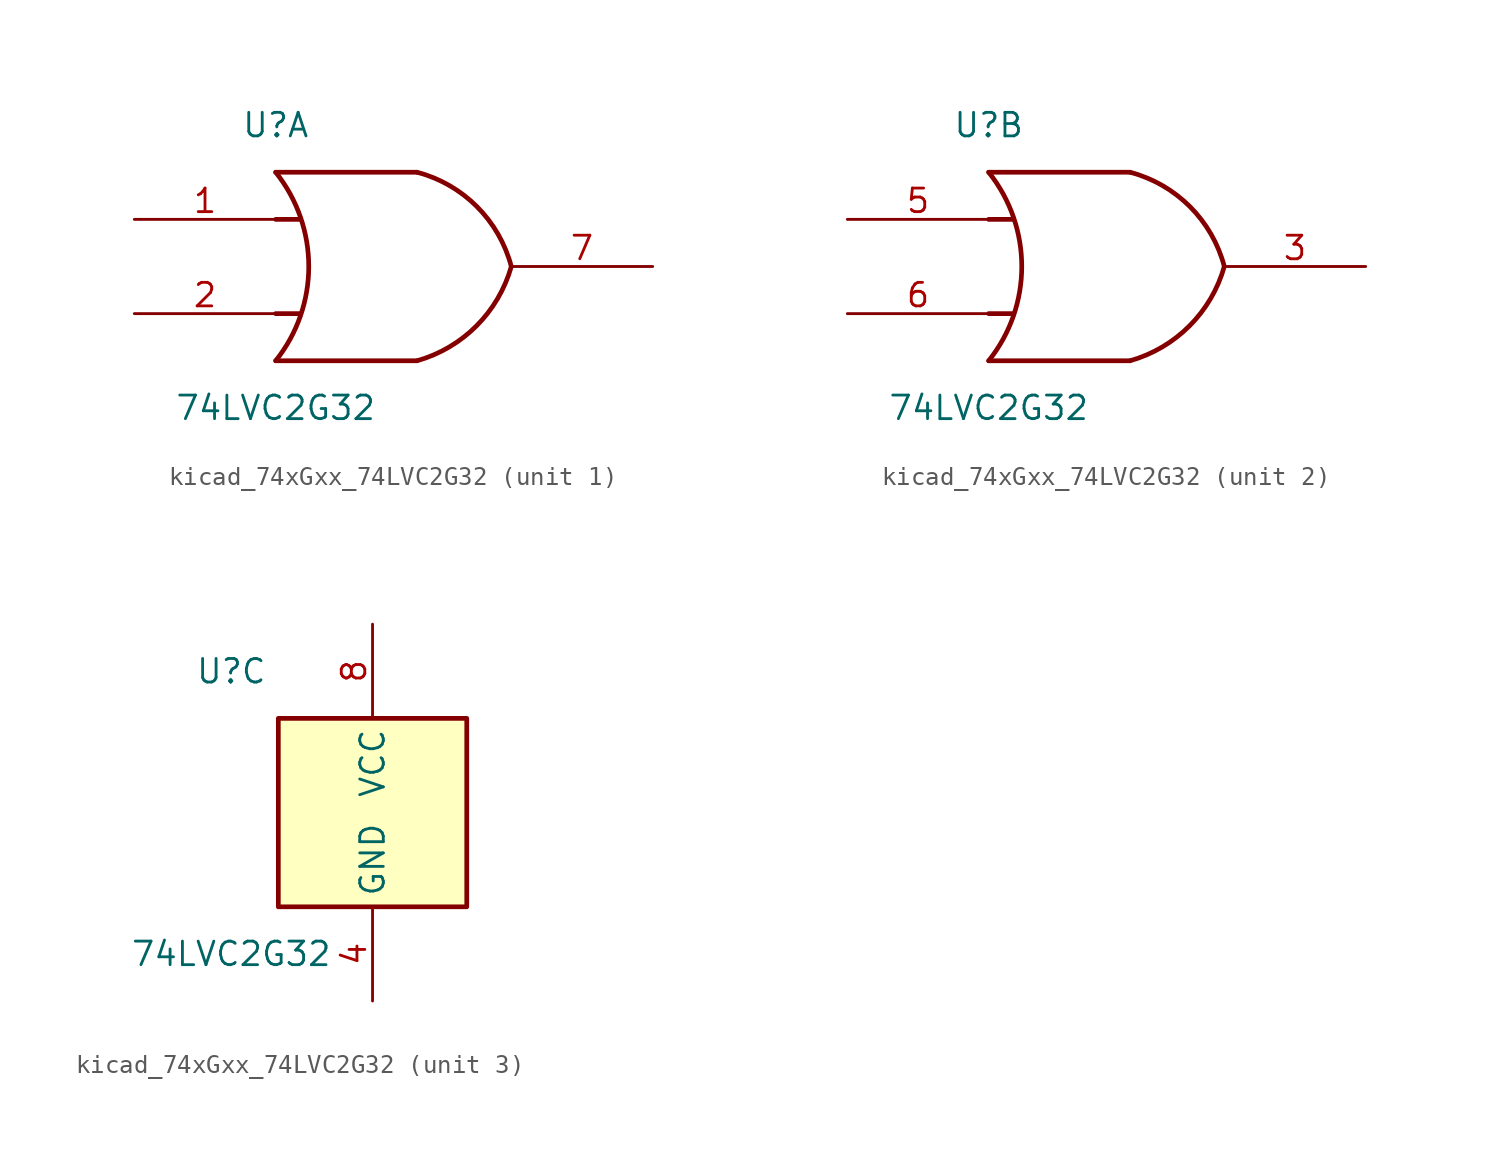
<source format=kicad_sym>
(kicad_symbol_lib
  (version 20220914)
  (generator kicad_symbol_editor)
  (symbol "kicad_74xGxx_74LVC2G32"
    (property "Reference" "U"
      (at -7.62 7.62 0)
      (effects (font (size 1.27 1.27))))
    (property "Value" "74LVC2G32"
      (at -7.62 -7.62 0)
      (effects (font (size 1.27 1.27))))
    (symbol "kicad_74xGxx_74LVC2G32_1_1"
      (arc (start -7.62 -5.08) (mid -5.838 0) (end -7.62 5.08) (stroke (width 0.254) (type default)) (fill (type none)))
      (arc (start 0 -5.08) (mid 3.1986 -3.2054) (end 5.08 0) (stroke (width 0.254) (type default)) (fill (type none)))
      (polyline (pts (xy -7.62 -2.54) (xy -6.35 -2.54)) (stroke (width 0.254) (type default)) (fill (type background)))
      (polyline (pts (xy -7.62 2.54) (xy -6.35 2.54)) (stroke (width 0.254) (type default)) (fill (type background)))
      (polyline (pts (xy 0 -5.08) (xy -7.62 -5.08)) (stroke (width 0.254) (type default)) (fill (type background)))
      (polyline (pts (xy 0 5.08) (xy -7.62 5.08)) (stroke (width 0.254) (type default)) (fill (type background)))
      (arc (start 5.08 0) (mid 3.2238 3.2304) (end 0 5.08) (stroke (width 0.254) (type default)) (fill (type none)))
      (pin input line (at -15.24 2.54 0) (length 7.62) (name "~" (effects (font (size 1.27 1.27)))) (number "1" (effects (font (size 1.27 1.27)))))
      (pin input line (at -15.24 -2.54 0) (length 7.62) (name "~" (effects (font (size 1.27 1.27)))) (number "2" (effects (font (size 1.27 1.27)))))
      (pin output line (at 12.7 0 180) (length 7.62) (name "~" (effects (font (size 1.27 1.27)))) (number "7" (effects (font (size 1.27 1.27))))))
    (symbol "kicad_74xGxx_74LVC2G32_2_1"
      (arc (start -7.62 -5.08) (mid -5.838 0) (end -7.62 5.08) (stroke (width 0.254) (type default)) (fill (type none)))
      (arc (start 0 -5.08) (mid 3.1986 -3.2054) (end 5.08 0) (stroke (width 0.254) (type default)) (fill (type none)))
      (polyline (pts (xy -7.62 -2.54) (xy -6.35 -2.54)) (stroke (width 0.254) (type default)) (fill (type background)))
      (polyline (pts (xy -7.62 2.54) (xy -6.35 2.54)) (stroke (width 0.254) (type default)) (fill (type background)))
      (polyline (pts (xy 0 -5.08) (xy -7.62 -5.08)) (stroke (width 0.254) (type default)) (fill (type background)))
      (polyline (pts (xy 0 5.08) (xy -7.62 5.08)) (stroke (width 0.254) (type default)) (fill (type background)))
      (arc (start 5.08 0) (mid 3.2238 3.2304) (end 0 5.08) (stroke (width 0.254) (type default)) (fill (type none)))
      (pin output line (at 12.7 0 180) (length 7.62) (name "~" (effects (font (size 1.27 1.27)))) (number "3" (effects (font (size 1.27 1.27)))))
      (pin input line (at -15.24 2.54 0) (length 7.62) (name "~" (effects (font (size 1.27 1.27)))) (number "5" (effects (font (size 1.27 1.27)))))
      (pin input line (at -15.24 -2.54 0) (length 7.62) (name "~" (effects (font (size 1.27 1.27)))) (number "6" (effects (font (size 1.27 1.27))))))
    (symbol "kicad_74xGxx_74LVC2G32_3_0"
      (rectangle (start -5.08 -5.08) (end 5.08 5.08) (stroke (width 0.254) (type default)) (fill (type background))))
    (symbol "kicad_74xGxx_74LVC2G32_3_1"
      (pin power_in line (at 0 -10.16 90) (length 5.08) (name "GND" (effects (font (size 1.27 1.27)))) (number "4" (effects (font (size 1.27 1.27)))))
      (pin power_in line (at 0 10.16 270) (length 5.08) (name "VCC" (effects (font (size 1.27 1.27)))) (number "8" (effects (font (size 1.27 1.27))))))))
</source>
